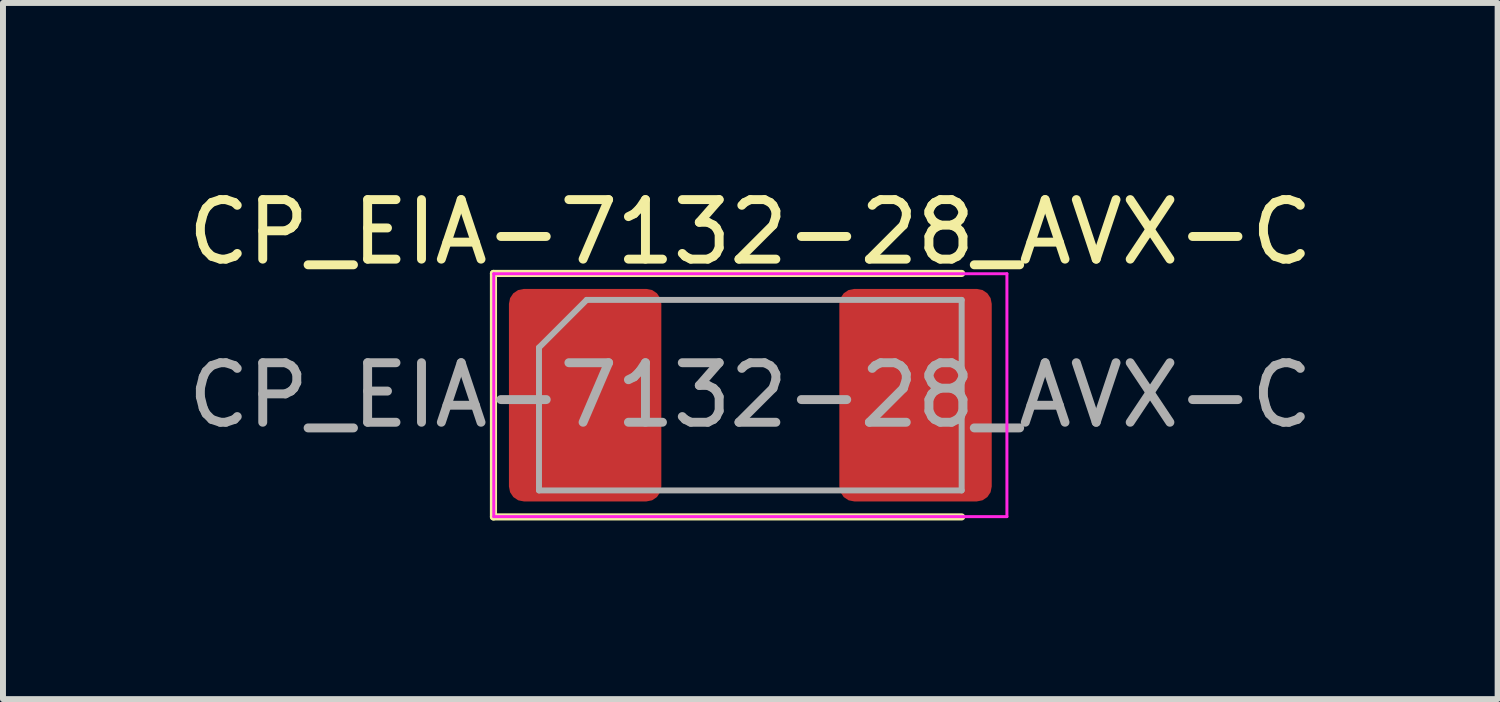
<source format=kicad_pcb>
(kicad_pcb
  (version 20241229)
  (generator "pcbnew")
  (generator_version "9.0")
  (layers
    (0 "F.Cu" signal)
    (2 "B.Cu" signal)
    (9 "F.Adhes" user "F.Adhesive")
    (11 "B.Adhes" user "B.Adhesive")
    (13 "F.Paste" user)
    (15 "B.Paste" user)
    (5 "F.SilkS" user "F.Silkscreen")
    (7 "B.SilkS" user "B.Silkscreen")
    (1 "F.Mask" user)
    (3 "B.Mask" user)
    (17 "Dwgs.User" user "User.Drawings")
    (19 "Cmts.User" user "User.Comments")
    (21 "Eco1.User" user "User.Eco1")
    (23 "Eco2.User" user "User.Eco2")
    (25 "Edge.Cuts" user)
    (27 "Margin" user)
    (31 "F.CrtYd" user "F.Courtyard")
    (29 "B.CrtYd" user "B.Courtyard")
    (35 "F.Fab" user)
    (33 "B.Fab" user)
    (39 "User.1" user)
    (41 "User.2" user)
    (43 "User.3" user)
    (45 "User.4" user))
  (footprint "CP_EIA-7132-28_AVX-C"
    (layer "F.Cu")
    (at 9.554 3.588)
    (property "Reference" "CP_EIA-7132-28_AVX-C" (at 0 -2.74 0) (layer "F.SilkS") (effects (font (size 1 1) (thickness 0.15))))
    (attr smd)
    (fp_line (start -4.315 -2.045) (end -4.315 2.045) (stroke (width 0.12) (type solid)) (layer "F.SilkS"))
    (fp_line (start -4.315 2.045) (end 3.55 2.045) (stroke (width 0.12) (type solid)) (layer "F.SilkS"))
    (fp_line (start 3.55 -2.045) (end -4.315 -2.045) (stroke (width 0.12) (type solid)) (layer "F.SilkS"))
    (fp_line (start -4.31 -2.04) (end 4.31 -2.04) (stroke (width 0.05) (type solid)) (layer "F.CrtYd"))
    (fp_line (start -4.31 2.04) (end -4.31 -2.04) (stroke (width 0.05) (type solid)) (layer "F.CrtYd"))
    (fp_line (start 4.31 -2.04) (end 4.31 2.04) (stroke (width 0.05) (type solid)) (layer "F.CrtYd"))
    (fp_line (start 4.31 2.04) (end -4.31 2.04) (stroke (width 0.05) (type solid)) (layer "F.CrtYd"))
    (fp_line (start -3.55 -0.8) (end -3.55 1.6) (stroke (width 0.1) (type solid)) (layer "F.Fab"))
    (fp_line (start -3.55 1.6) (end 3.55 1.6) (stroke (width 0.1) (type solid)) (layer "F.Fab"))
    (fp_line (start -2.75 -1.6) (end -3.55 -0.8) (stroke (width 0.1) (type solid)) (layer "F.Fab"))
    (fp_line (start 3.55 -1.6) (end -2.75 -1.6) (stroke (width 0.1) (type solid)) (layer "F.Fab"))
    (fp_line (start 3.55 1.6) (end 3.55 -1.6) (stroke (width 0.1) (type solid)) (layer "F.Fab"))
    (fp_text user "${REFERENCE}" (at 0 0 0) (layer "F.Fab") (effects (font (size 1 1) (thickness 0.15))))
    (pad "1" smd roundrect (at -2.775 0) (size 2.56 3.57) (layers "F.Cu" "F.Mask" "F.Paste") (roundrect_rratio 0.098))
    (pad "2" smd roundrect (at 2.775 0) (size 2.56 3.57) (layers "F.Cu" "F.Mask" "F.Paste") (roundrect_rratio 0.098)))
  (gr_rect
    (start -3 -3)
    (end 22.107 8.693)
    (stroke (width 0.1) (type default))
    (fill no)
    (layer "Edge.Cuts")))
</source>
